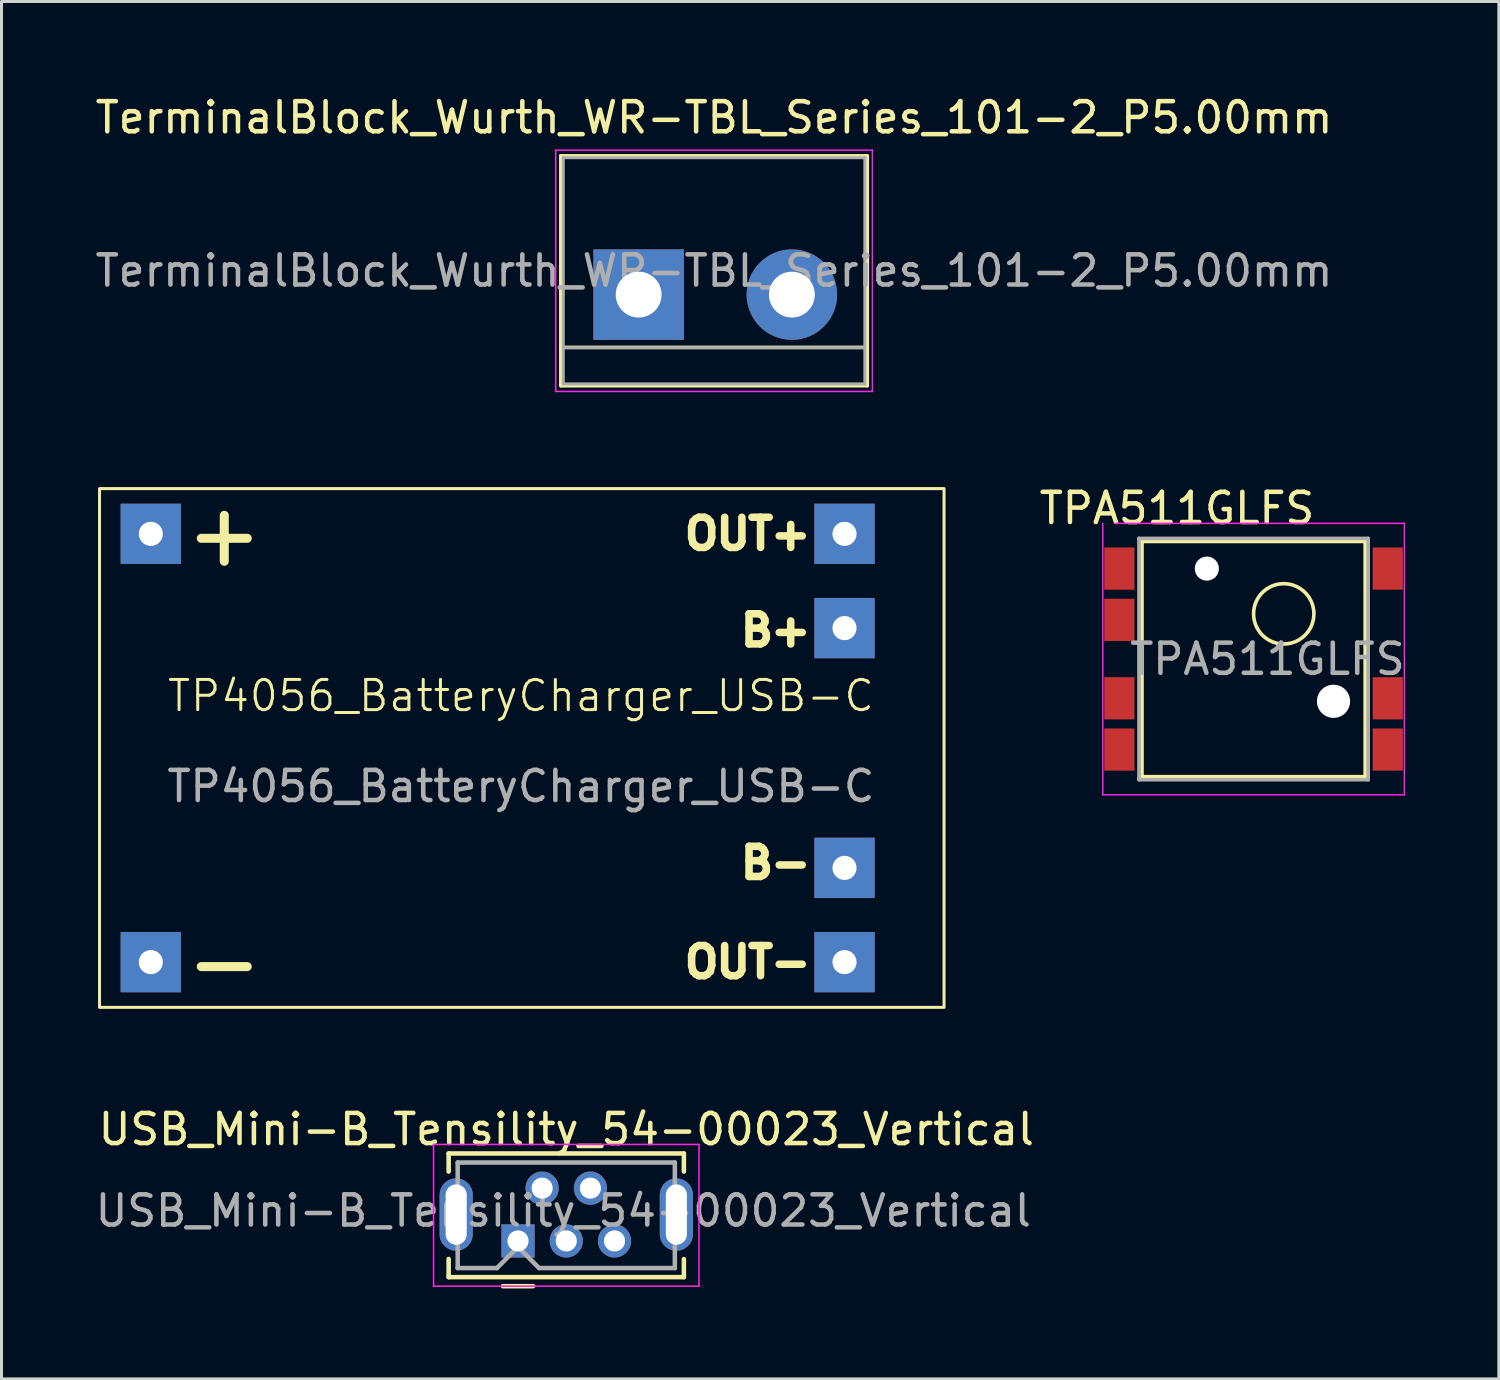
<source format=kicad_pcb>
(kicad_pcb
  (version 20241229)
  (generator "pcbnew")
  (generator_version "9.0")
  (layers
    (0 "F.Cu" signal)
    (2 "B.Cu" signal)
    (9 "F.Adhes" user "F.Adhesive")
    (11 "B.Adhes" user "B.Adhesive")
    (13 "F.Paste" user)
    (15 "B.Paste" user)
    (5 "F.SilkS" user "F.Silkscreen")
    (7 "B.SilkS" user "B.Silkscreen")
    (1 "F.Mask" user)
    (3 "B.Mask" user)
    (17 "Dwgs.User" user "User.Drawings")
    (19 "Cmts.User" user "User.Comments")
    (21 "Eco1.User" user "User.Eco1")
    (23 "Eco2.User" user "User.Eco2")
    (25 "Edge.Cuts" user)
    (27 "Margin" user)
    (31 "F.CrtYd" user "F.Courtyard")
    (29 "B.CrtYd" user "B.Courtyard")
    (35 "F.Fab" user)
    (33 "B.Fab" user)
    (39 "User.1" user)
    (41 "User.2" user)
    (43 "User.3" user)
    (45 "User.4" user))
  (footprint "TP4056_BatteryCharger_USB-C"
    (layer "F.Cu")
    (at 0.25 21.75)
    (property "Reference" "TP4056_BatteryCharger_USB-C" (at 13.97 -1.73 0) (unlocked yes) (layer "F.SilkS") (effects (font (size 1 1) (thickness 0.1))))
    (fp_rect (start 0 -8.6) (end 28 8.6) (stroke (width 0.1) (type solid)) (fill no) (layer "F.SilkS"))
    (fp_text user "+" (at 2.7 -7.1 0) (unlocked yes) (layer "F.SilkS") (effects (font (size 2 2) (thickness 0.3) (bold yes)) (justify left)))
    (fp_text user "OUT-" (at 23.7 7.1 0) (unlocked yes) (layer "F.SilkS") (effects (font (size 1 1) (thickness 0.25) (bold yes)) (justify right)))
    (fp_text user "B+" (at 23.7 -3.9 0) (unlocked yes) (layer "F.SilkS") (effects (font (size 1 1) (thickness 0.25) (bold yes)) (justify right)))
    (fp_text user "B-" (at 23.7 3.81 0) (unlocked yes) (layer "F.SilkS") (effects (font (size 1 1) (thickness 0.25) (bold yes)) (justify right)))
    (fp_text user "OUT+" (at 23.7 -7.1 0) (unlocked yes) (layer "F.SilkS") (effects (font (size 1 1) (thickness 0.25) (bold yes)) (justify right)))
    (fp_text user "-" (at 2.7 7.1 0) (unlocked yes) (layer "F.SilkS") (effects (font (size 2 2) (thickness 0.3) (bold yes)) (justify left)))
    (fp_text user "${REFERENCE}" (at 13.97 1.27 0) (unlocked yes) (layer "F.Fab") (effects (font (size 1 1) (thickness 0.15))))
    (pad "1" thru_hole rect (at 1.7 -7.1) (size 2 2) (drill 0.8) (layers "*.Cu" "*.Mask"))
    (pad "2" thru_hole rect (at 1.7 7.1) (size 2 2) (drill 0.8) (layers "*.Cu" "*.Mask"))
    (pad "3" thru_hole rect (at 24.7 -7.1) (size 2 2) (drill 0.8) (layers "*.Cu" "*.Mask"))
    (pad "4" thru_hole rect (at 24.7 -3.975) (size 2 2) (drill 0.8) (layers "*.Cu" "*.Mask"))
    (pad "5" thru_hole rect (at 24.7 3.975) (size 2 2) (drill 0.8) (layers "*.Cu" "*.Mask"))
    (pad "6" thru_hole rect (at 24.7 7.1) (size 2 2) (drill 0.8) (layers "*.Cu" "*.Mask")))
  (footprint "USB_Mini-B_Tensility_54-00023_Vertical"
    (layer "F.Cu")
    (at 14.125 38.094)
    (property "Reference" "USB_Mini-B_Tensility_54-00023_Vertical" (at 1.6 -3.7 0) (layer "F.SilkS") (effects (font (size 1 1) (thickness 0.15))))
    (fp_line (start -2.3 -2.9) (end 5.5 -2.9) (stroke (width 0.15) (type solid)) (layer "F.SilkS"))
    (fp_line (start -2.3 -2.3) (end -2.3 -2.9) (stroke (width 0.15) (type solid)) (layer "F.SilkS"))
    (fp_line (start -2.3 0.6) (end -2.3 1.2) (stroke (width 0.15) (type solid)) (layer "F.SilkS"))
    (fp_line (start -2.3 1.2) (end 5.5 1.2) (stroke (width 0.15) (type solid)) (layer "F.SilkS"))
    (fp_line (start -0.5 1.5) (end 0.5 1.5) (stroke (width 0.15) (type solid)) (layer "F.SilkS"))
    (fp_line (start 5.5 -2.9) (end 5.5 -2.3) (stroke (width 0.15) (type solid)) (layer "F.SilkS"))
    (fp_line (start 5.5 1.2) (end 5.5 0.6) (stroke (width 0.15) (type solid)) (layer "F.SilkS"))
    (fp_line (start -2.8 -3.2) (end -2.8 1.5) (stroke (width 0.05) (type solid)) (layer "F.CrtYd"))
    (fp_line (start -2.8 1.5) (end 6 1.5) (stroke (width 0.05) (type solid)) (layer "F.CrtYd"))
    (fp_line (start 6 -3.2) (end -2.8 -3.2) (stroke (width 0.05) (type solid)) (layer "F.CrtYd"))
    (fp_line (start 6 1.5) (end 6 -3.2) (stroke (width 0.05) (type solid)) (layer "F.CrtYd"))
    (fp_line (start -2 0.9) (end -2 -2.6) (stroke (width 0.15) (type solid)) (layer "F.Fab"))
    (fp_line (start -2 0.9) (end -0.7 0.9) (stroke (width 0.15) (type solid)) (layer "F.Fab"))
    (fp_line (start -0.7 0.9) (end 0 0.2) (stroke (width 0.15) (type solid)) (layer "F.Fab"))
    (fp_line (start 0 0.2) (end 0.7 0.9) (stroke (width 0.15) (type solid)) (layer "F.Fab"))
    (fp_line (start 0.7 0.9) (end 5.2 0.9) (stroke (width 0.15) (type solid)) (layer "F.Fab"))
    (fp_line (start 5.2 -2.6) (end -2 -2.6) (stroke (width 0.15) (type solid)) (layer "F.Fab"))
    (fp_line (start 5.2 -2.6) (end 5.2 0.9) (stroke (width 0.15) (type solid)) (layer "F.Fab"))
    (fp_text user "${REFERENCE}" (at 1.5 -1 0) (layer "F.Fab") (effects (font (size 1 1) (thickness 0.15))))
    (pad "1" thru_hole rect (at 0 0) (size 1.1 1.1) (drill 0.7) (layers "*.Cu" "*.Mask"))
    (pad "2" thru_hole circle (at 0.8 -1.75) (size 1.1 1.1) (drill 0.7) (layers "*.Cu" "*.Mask"))
    (pad "3" thru_hole circle (at 1.6 0) (size 1.1 1.1) (drill 0.7) (layers "*.Cu" "*.Mask"))
    (pad "4" thru_hole circle (at 2.4 -1.75) (size 1.1 1.1) (drill 0.7) (layers "*.Cu" "*.Mask"))
    (pad "5" thru_hole circle (at 3.2 0) (size 1.1 1.1) (drill 0.7) (layers "*.Cu" "*.Mask"))
    (pad "6" thru_hole oval (at -2.05 -0.875) (size 1.1 2.4) (drill oval 0.7 2) (layers "*.Cu" "*.Mask"))
    (pad "6" thru_hole oval (at 5.25 -0.875) (size 1.1 2.4) (drill oval 0.7 2) (layers "*.Cu" "*.Mask")))
  (footprint "TerminalBlock_Wurth_WR-TBL_Series_101-2_P5.00mm"
    (layer "F.Cu")
    (at 18.125 6.718)
    (property "Reference" "TerminalBlock_Wurth_WR-TBL_Series_101-2_P5.00mm" (at 2.5 -5.87 0) (layer "F.SilkS") (effects (font (size 1 1) (thickness 0.15))))
    (attr through_hole)
    (fp_line (start -2.58 -4.6) (end -2.58 3.02) (stroke (width 0.12) (type solid)) (layer "F.SilkS"))
    (fp_line (start -2.58 3.02) (end 7.58 3.02) (stroke (width 0.12) (type solid)) (layer "F.SilkS"))
    (fp_line (start 7.58 -4.6) (end -2.58 -4.6) (stroke (width 0.12) (type solid)) (layer "F.SilkS"))
    (fp_line (start 7.58 1.75) (end -2.58 1.75) (stroke (width 0.12) (type solid)) (layer "F.SilkS"))
    (fp_line (start 7.58 3.02) (end 7.58 -4.6) (stroke (width 0.12) (type solid)) (layer "F.SilkS"))
    (fp_line (start -2.75 -4.79) (end -2.75 3.21) (stroke (width 0.05) (type solid)) (layer "F.CrtYd"))
    (fp_line (start -2.75 -4.79) (end 7.75 -4.79) (stroke (width 0.05) (type solid)) (layer "F.CrtYd"))
    (fp_line (start 7.75 3.21) (end -2.75 3.21) (stroke (width 0.05) (type solid)) (layer "F.CrtYd"))
    (fp_line (start 7.75 3.21) (end 7.75 -4.79) (stroke (width 0.05) (type solid)) (layer "F.CrtYd"))
    (fp_line (start -2.5 -4.54) (end -2.5 2.96) (stroke (width 0.1) (type solid)) (layer "F.Fab"))
    (fp_line (start -2.5 2.96) (end 7.5 2.96) (stroke (width 0.1) (type solid)) (layer "F.Fab"))
    (fp_line (start -2.45 1.76) (end 7.45 1.76) (stroke (width 0.1) (type solid)) (layer "F.Fab"))
    (fp_line (start 7.5 -4.54) (end -2.5 -4.54) (stroke (width 0.1) (type solid)) (layer "F.Fab"))
    (fp_line (start 7.5 2.96) (end 7.5 -4.54) (stroke (width 0.1) (type solid)) (layer "F.Fab"))
    (fp_text user "${REFERENCE}" (at 2.5 -0.79 0) (layer "F.Fab") (effects (font (size 1 1) (thickness 0.15))))
    (pad "1" thru_hole rect (at 0 0) (size 3 3) (drill 1.52) (layers "*.Cu" "*.Mask"))
    (pad "2" thru_hole circle (at 5.08 0) (size 3 3) (drill 1.52) (layers "*.Cu" "*.Mask")))
  (footprint "TPA511GLFS"
    (layer "F.Cu")
    (at 38.513 18.802)
    (property "Reference" "TPA511GLFS" (at -2.54 -5 0) (layer "F.SilkS") (effects (font (size 1 1) (thickness 0.15))))
    (attr smd)
    (fp_line (start -3.7 -3.9) (end -3.7 3.9) (stroke (width 0.12) (type solid)) (layer "F.SilkS"))
    (fp_line (start 3.7 -3.9) (end -3.7 -3.9) (stroke (width 0.12) (type solid)) (layer "F.SilkS"))
    (fp_line (start 3.7 3.9) (end -3.7 3.9) (stroke (width 0.12) (type solid)) (layer "F.SilkS"))
    (fp_line (start 3.7 3.9) (end 3.7 -3.9) (stroke (width 0.12) (type solid)) (layer "F.SilkS"))
    (fp_circle (center 1 -1.5) (end 1 -2.5) (stroke (width 0.12) (type solid)) (fill no) (layer "F.SilkS"))
    (fp_line (start -5 4.5) (end -5 -4.5) (stroke (width 0.05) (type solid)) (layer "F.CrtYd"))
    (fp_line (start -4.6 -4.5) (end 5 -4.5) (stroke (width 0.05) (type solid)) (layer "F.CrtYd"))
    (fp_line (start 5 -4.5) (end 5 4.5) (stroke (width 0.05) (type solid)) (layer "F.CrtYd"))
    (fp_line (start 5 4.5) (end -5 4.5) (stroke (width 0.05) (type solid)) (layer "F.CrtYd"))
    (fp_line (start -3.8 -4) (end 3.8 -4) (stroke (width 0.12) (type solid)) (layer "F.Fab"))
    (fp_line (start -3.8 4) (end -3.8 -4) (stroke (width 0.12) (type solid)) (layer "F.Fab"))
    (fp_line (start 3.8 -4) (end 3.8 4) (stroke (width 0.12) (type solid)) (layer "F.Fab"))
    (fp_line (start 3.8 4) (end -3.8 4) (stroke (width 0.12) (type solid)) (layer "F.Fab"))
    (fp_text user "${REFERENCE}" (at 0.46 0 0) (layer "F.Fab") (effects (font (size 1 1) (thickness 0.15))))
    (pad "" np_thru_hole circle (at -1.55 -3) (size 0.8 0.8) (drill 0.8) (layers "*.Cu" "*.Mask"))
    (pad "" np_thru_hole circle (at 2.65 1.4) (size 1.1 1.1) (drill 1.1) (layers "*.Cu" "*.Mask"))
    (pad "1" smd rect (at -4.45 3 270) (size 1.4 1) (layers "F.Cu" "F.Mask" "F.Paste"))
    (pad "2" smd rect (at -4.45 1.3 270) (size 1.4 1) (layers "F.Cu" "F.Mask" "F.Paste"))
    (pad "3" smd rect (at 4.45 1.3 270) (size 1.4 1) (layers "F.Cu" "F.Mask" "F.Paste"))
    (pad "4" smd rect (at 4.45 3 270) (size 1.4 1) (layers "F.Cu" "F.Mask" "F.Paste"))
    (pad "5" smd rect (at 4.45 -3 270) (size 1.4 1) (layers "F.Cu" "F.Mask" "F.Paste"))
    (pad "6" smd rect (at -4.45 -1.3 270) (size 1.4 1) (layers "F.Cu" "F.Mask" "F.Paste"))
    (pad "7" smd rect (at -4.45 -3 270) (size 1.4 1) (layers "F.Cu" "F.Mask" "F.Paste")))
  (gr_rect
    (start -3 -3)
    (end 46.645 42.669)
    (stroke (width 0.1) (type default))
    (fill no)
    (layer "Edge.Cuts")))
</source>
